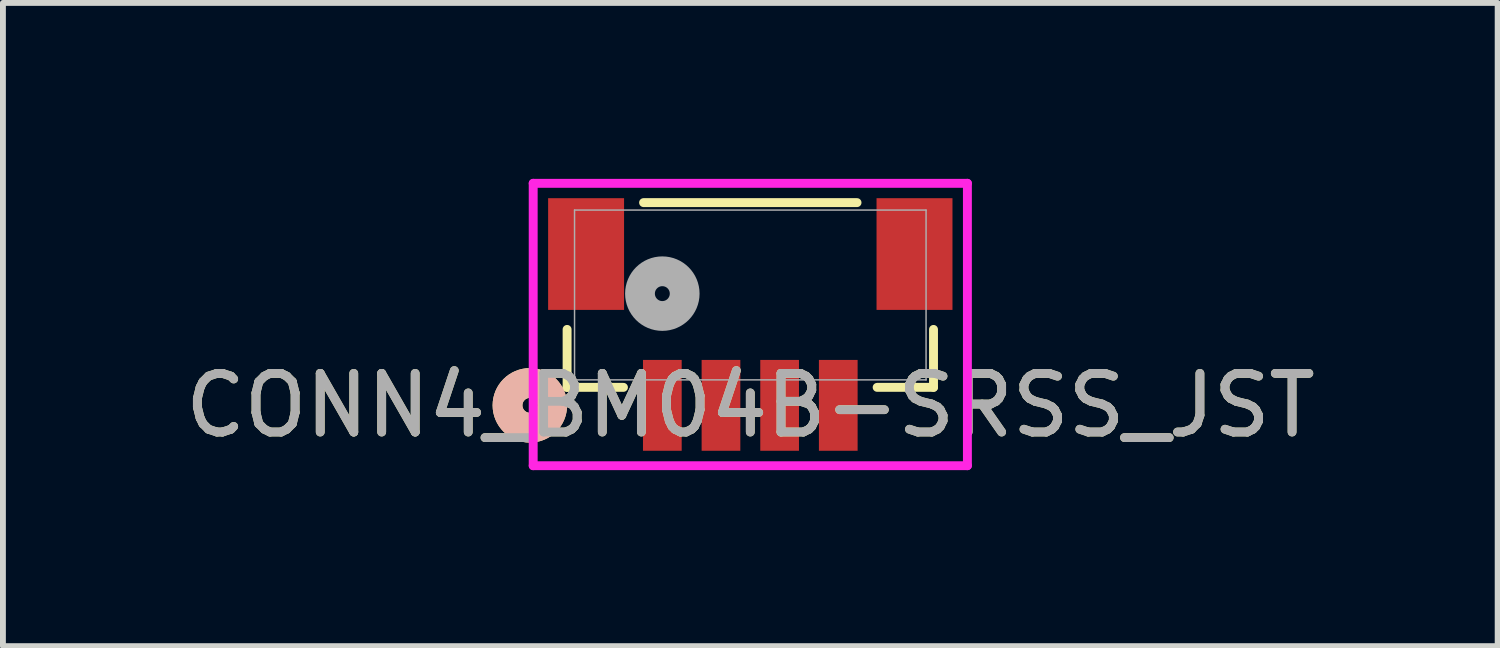
<source format=kicad_pcb>
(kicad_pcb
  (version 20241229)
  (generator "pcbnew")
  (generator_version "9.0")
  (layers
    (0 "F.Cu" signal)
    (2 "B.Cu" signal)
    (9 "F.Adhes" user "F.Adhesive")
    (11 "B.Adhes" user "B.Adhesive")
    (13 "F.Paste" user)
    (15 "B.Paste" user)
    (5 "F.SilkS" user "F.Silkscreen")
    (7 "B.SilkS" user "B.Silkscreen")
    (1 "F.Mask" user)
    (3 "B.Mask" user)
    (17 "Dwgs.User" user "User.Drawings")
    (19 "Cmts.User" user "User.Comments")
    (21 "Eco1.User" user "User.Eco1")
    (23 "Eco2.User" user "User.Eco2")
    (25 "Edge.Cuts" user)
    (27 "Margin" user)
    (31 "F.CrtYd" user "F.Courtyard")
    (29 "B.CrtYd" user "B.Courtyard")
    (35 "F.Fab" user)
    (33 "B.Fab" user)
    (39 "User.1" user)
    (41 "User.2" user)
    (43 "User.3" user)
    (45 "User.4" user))
  (footprint "CONN4_BM04B-SRSS_JST"
    (layer "F.Cu")
    (at 9.744 1.98)
    (property "Reference" "CONN4_BM04B-SRSS_JST" (at 0 1.882 0) (unlocked yes) (layer "F.SilkS") (effects (font (size 1 1) (thickness 0.15))))
    (attr smd)
    (fp_line (start -3.124 0.587) (end -3.124 1.575) (stroke (width 0.152) (type solid)) (layer "F.SilkS"))
    (fp_line (start -3.124 1.575) (end -2.163 1.575) (stroke (width 0.152) (type solid)) (layer "F.SilkS"))
    (fp_line (start 1.82 -1.575) (end -1.82 -1.575) (stroke (width 0.152) (type solid)) (layer "F.SilkS"))
    (fp_line (start 2.163 1.575) (end 3.124 1.575) (stroke (width 0.152) (type solid)) (layer "F.SilkS"))
    (fp_line (start 3.124 1.575) (end 3.124 0.587) (stroke (width 0.152) (type solid)) (layer "F.SilkS"))
    (fp_circle (center -3.759 1.882) (end -3.378 1.882) (stroke (width 0.508) (type solid)) (fill no) (layer "F.SilkS"))
    (fp_circle (center -3.759 1.882) (end -3.378 1.882) (stroke (width 0.508) (type solid)) (fill no) (layer "B.SilkS"))
    (fp_line (start -3.702 -1.904) (end -3.702 2.911) (stroke (width 0.152) (type solid)) (layer "F.CrtYd"))
    (fp_line (start -3.702 2.911) (end 3.702 2.911) (stroke (width 0.152) (type solid)) (layer "F.CrtYd"))
    (fp_line (start 3.702 -1.904) (end -3.702 -1.904) (stroke (width 0.152) (type solid)) (layer "F.CrtYd"))
    (fp_line (start 3.702 2.911) (end 3.702 -1.904) (stroke (width 0.152) (type solid)) (layer "F.CrtYd"))
    (fp_line (start -2.997 -1.448) (end -2.997 1.448) (stroke (width 0.025) (type solid)) (layer "F.Fab"))
    (fp_line (start -2.997 1.448) (end 2.997 1.448) (stroke (width 0.025) (type solid)) (layer "F.Fab"))
    (fp_line (start 2.997 -1.448) (end -2.997 -1.448) (stroke (width 0.025) (type solid)) (layer "F.Fab"))
    (fp_line (start 2.997 1.448) (end 2.997 -1.448) (stroke (width 0.025) (type solid)) (layer "F.Fab"))
    (fp_circle (center -1.5 -0.023) (end -1.119 -0.023) (stroke (width 0.508) (type solid)) (fill no) (layer "F.Fab"))
    (fp_text user "${REFERENCE}" (at 0 1.882 0) (unlocked yes) (layer "F.Fab") (effects (font (size 1 1) (thickness 0.15))))
    (pad "1" smd rect (at -1.5 1.882) (size 0.66 1.549) (layers "F.Cu" "F.Mask" "F.Paste"))
    (pad "2" smd rect (at -0.5 1.882) (size 0.66 1.549) (layers "F.Cu" "F.Mask" "F.Paste"))
    (pad "3" smd rect (at 0.5 1.882) (size 0.66 1.549) (layers "F.Cu" "F.Mask" "F.Paste"))
    (pad "4" smd rect (at 1.5 1.882) (size 0.66 1.549) (layers "F.Cu" "F.Mask" "F.Paste"))
    (pad "5" smd rect (at -2.8 -0.698) (size 1.295 1.905) (layers "F.Cu" "F.Mask" "F.Paste"))
    (pad "6" smd rect (at 2.8 -0.698) (size 1.295 1.905) (layers "F.Cu" "F.Mask" "F.Paste")))
  (gr_rect
    (start -3 -3)
    (end 22.488 7.968)
    (stroke (width 0.1) (type default))
    (fill no)
    (layer "Edge.Cuts")))
</source>
